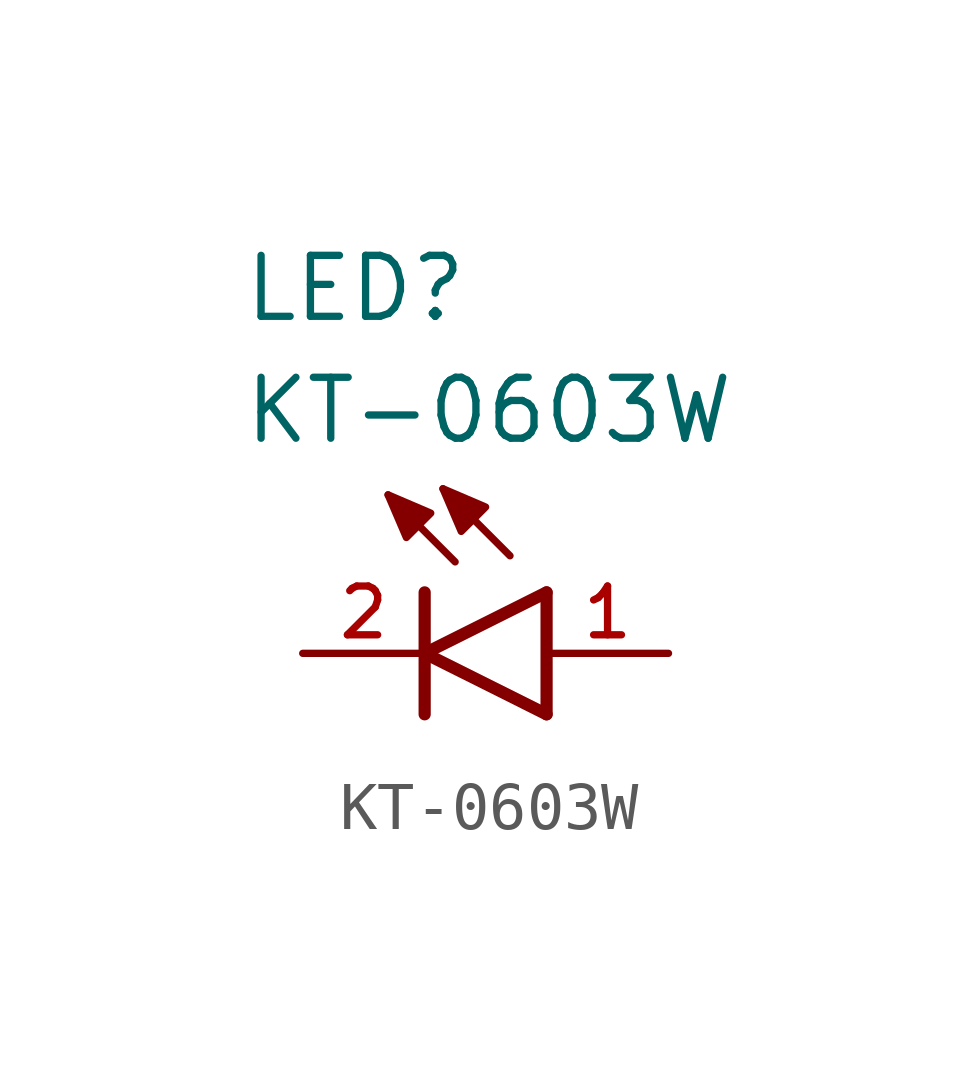
<source format=kicad_sym>
(kicad_symbol_lib
  (version 20241209)
  (generator "kicad_symbol_editor")
  (generator_version "9.0")
  (symbol "KT-0603W"
    (pin_names
      (hide yes))
    (property "Reference" "LED"
      (at -3.81 6.858 0)
      (effects (font (size 1.27 1.27)) (justify left bottom)))
    (property "Value" "KT-0603W"
      (at -3.81 4.318 0)
      (effects (font (size 1.27 1.27)) (justify left bottom)))
    (symbol "KT-0603W_0_0"
      (polyline (pts (xy -0.762 3.302) (xy 0.127 2.921) (xy -0.381 2.413) (xy -0.762 3.302)) (stroke (width 0.152) (type default)) (fill (type outline)))
      (polyline (pts (xy 0 0) (xy 0 1.27)) (stroke (width 0.254) (type default)) (fill (type none)))
      (polyline (pts (xy 0 0) (xy 2.54 1.27)) (stroke (width 0.254) (type default)) (fill (type none)))
      (polyline (pts (xy 0 -1.27) (xy 0 0)) (stroke (width 0.254) (type default)) (fill (type none)))
      (polyline (pts (xy 0.381 3.429) (xy 1.27 3.048) (xy 0.762 2.54) (xy 0.381 3.429)) (stroke (width 0.152) (type default)) (fill (type outline)))
      (polyline (pts (xy 0.635 1.905) (xy -0.762 3.302)) (stroke (width 0.152) (type default)) (fill (type none)))
      (polyline (pts (xy 1.778 2.032) (xy 0.381 3.429)) (stroke (width 0.152) (type default)) (fill (type none)))
      (polyline (pts (xy 2.54 -1.27) (xy 0 0)) (stroke (width 0.254) (type default)) (fill (type none)))
      (polyline (pts (xy 2.54 -1.27) (xy 2.54 1.27)) (stroke (width 0.254) (type default)) (fill (type none))))
    (symbol "KT-0603W_1_0"
      (pin passive line (at -2.54 0 0) (length 2.54) (name "" (effects (font (size 1.016 1.016)))) (number "2" (effects (font (size 1.016 1.016)))))
      (pin passive line (at 5.08 0 180) (length 2.54) (name "" (effects (font (size 1.016 1.016)))) (number "1" (effects (font (size 1.016 1.016))))))))
</source>
